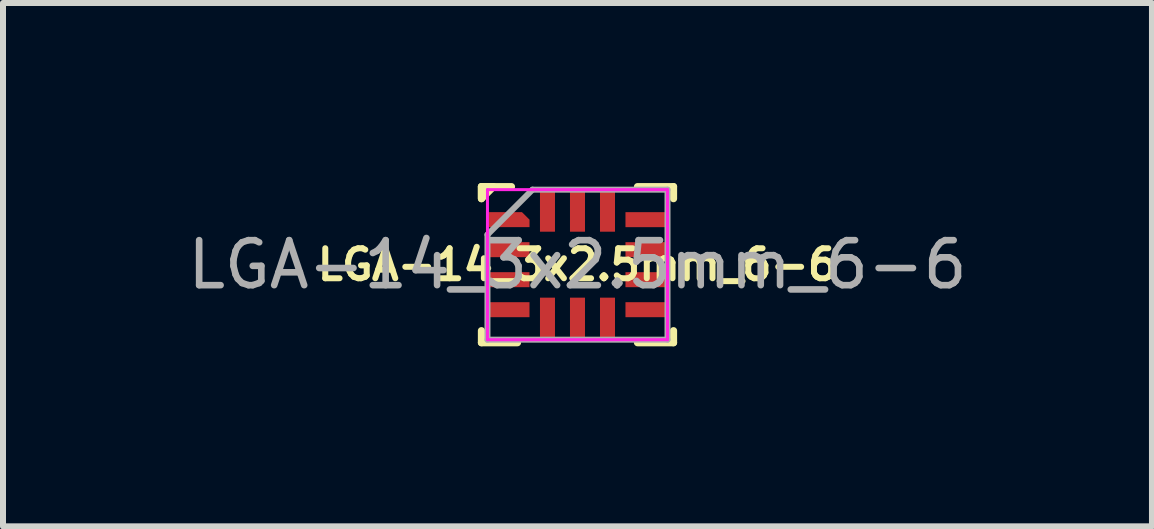
<source format=kicad_pcb>
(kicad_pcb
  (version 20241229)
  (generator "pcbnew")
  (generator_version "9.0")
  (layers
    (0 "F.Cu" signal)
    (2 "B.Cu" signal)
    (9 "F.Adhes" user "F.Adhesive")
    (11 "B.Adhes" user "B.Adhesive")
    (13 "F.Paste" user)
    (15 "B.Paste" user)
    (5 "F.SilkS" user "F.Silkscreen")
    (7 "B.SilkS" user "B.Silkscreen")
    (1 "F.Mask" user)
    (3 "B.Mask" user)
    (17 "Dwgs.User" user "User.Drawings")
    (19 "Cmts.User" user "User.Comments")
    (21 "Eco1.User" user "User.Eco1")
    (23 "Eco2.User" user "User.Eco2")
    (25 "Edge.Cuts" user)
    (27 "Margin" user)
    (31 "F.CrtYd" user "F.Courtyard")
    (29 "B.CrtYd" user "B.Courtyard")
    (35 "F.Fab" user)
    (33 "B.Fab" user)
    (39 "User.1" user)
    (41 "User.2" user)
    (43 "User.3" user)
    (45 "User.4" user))
  (footprint "LGA-14_3x2.5mm_6-6"
    (layer "F.Cu")
    (at 6.572 1.36)
    (property "Reference" "LGA-14_3x2.5mm_6-6" (at 0 0 0) (layer "F.SilkS") (effects (font (size 0.5 0.5) (thickness 0.1))))
    (attr smd)
    (fp_line (start -1.6 -1.3) (end -1.6 -1.1) (stroke (width 0.12) (type solid)) (layer "F.SilkS"))
    (fp_line (start -1.6 -1.3) (end -1.1 -1.3) (stroke (width 0.12) (type solid)) (layer "F.SilkS"))
    (fp_line (start -1.6 1.3) (end -1.6 1.1) (stroke (width 0.12) (type solid)) (layer "F.SilkS"))
    (fp_line (start -1 1.3) (end -1.6 1.3) (stroke (width 0.12) (type solid)) (layer "F.SilkS"))
    (fp_line (start 1 -1.3) (end 1.6 -1.3) (stroke (width 0.12) (type solid)) (layer "F.SilkS"))
    (fp_line (start 1 1.3) (end 1.6 1.3) (stroke (width 0.12) (type solid)) (layer "F.SilkS"))
    (fp_line (start 1.6 -1.3) (end 1.6 -1.1) (stroke (width 0.12) (type solid)) (layer "F.SilkS"))
    (fp_line (start 1.6 1.3) (end 1.6 1.1) (stroke (width 0.12) (type solid)) (layer "F.SilkS"))
    (fp_poly (pts (xy -1.6 -1.1) (xy -1.6 -1.3) (xy -1.4 -1.3)) (stroke (width 0.12) (type solid)) (fill yes) (layer "F.SilkS"))
    (fp_line (start -1.5 -1.25) (end -1.5 1.25) (stroke (width 0.05) (type solid)) (layer "F.CrtYd"))
    (fp_line (start -1.5 1.25) (end 1.5 1.25) (stroke (width 0.05) (type solid)) (layer "F.CrtYd"))
    (fp_line (start 1.5 -1.25) (end -1.5 -1.25) (stroke (width 0.05) (type solid)) (layer "F.CrtYd"))
    (fp_line (start 1.5 1.25) (end 1.5 -1.25) (stroke (width 0.05) (type solid)) (layer "F.CrtYd"))
    (fp_line (start -1.5 -0.5) (end -0.75 -1.25) (stroke (width 0.1) (type solid)) (layer "F.Fab"))
    (fp_line (start -1.5 1.25) (end -1.5 -0.5) (stroke (width 0.1) (type solid)) (layer "F.Fab"))
    (fp_line (start -0.75 -1.25) (end 1.5 -1.25) (stroke (width 0.1) (type solid)) (layer "F.Fab"))
    (fp_line (start 1.5 -1.25) (end 1.5 1.25) (stroke (width 0.1) (type solid)) (layer "F.Fab"))
    (fp_line (start 1.5 1.25) (end -1.5 1.25) (stroke (width 0.1) (type solid)) (layer "F.Fab"))
    (fp_text user "${REFERENCE}" (at 0 0 0) (layer "F.Fab") (effects (font (size 0.75 0.75) (thickness 0.11))))
    (pad "1" smd custom (at -1.137 -0.75) (size 0.25 0.25) (layers "F.Cu" "F.Mask" "F.Paste") (options (anchor circle)) (primitives (gr_poly (pts (xy -0.338 -0.125) (xy 0.212 -0.125) (xy 0.338 0) (xy 0.338 0.125) (xy -0.338 0.125)) (width 0) (fill yes))))
    (pad "2" smd rect (at -1.137 -0.25) (size 0.675 0.25) (layers "F.Cu" "F.Mask" "F.Paste"))
    (pad "3" smd rect (at -1.137 0.25) (size 0.675 0.25) (layers "F.Cu" "F.Mask" "F.Paste"))
    (pad "4" smd rect (at -1.137 0.75 90) (size 0.25 0.675) (layers "F.Cu" "F.Mask" "F.Paste"))
    (pad "5" smd rect (at -0.5 0.887 180) (size 0.25 0.675) (layers "F.Cu" "F.Mask" "F.Paste"))
    (pad "6" smd rect (at 0 0.887 90) (size 0.675 0.25) (layers "F.Cu" "F.Mask" "F.Paste"))
    (pad "7" smd rect (at 0.5 0.887 180) (size 0.25 0.675) (layers "F.Cu" "F.Mask" "F.Paste"))
    (pad "8" smd rect (at 1.137 0.75 90) (size 0.25 0.675) (layers "F.Cu" "F.Mask" "F.Paste"))
    (pad "9" smd rect (at 1.137 0.25) (size 0.675 0.25) (layers "F.Cu" "F.Mask" "F.Paste"))
    (pad "10" smd rect (at 1.137 -0.25) (size 0.675 0.25) (layers "F.Cu" "F.Mask" "F.Paste"))
    (pad "11" smd rect (at 1.137 -0.75 90) (size 0.25 0.675) (layers "F.Cu" "F.Mask" "F.Paste"))
    (pad "12" smd rect (at 0.5 -0.887 180) (size 0.25 0.675) (layers "F.Cu" "F.Mask" "F.Paste"))
    (pad "13" smd rect (at 0 -0.887 270) (size 0.675 0.25) (layers "F.Cu" "F.Mask" "F.Paste"))
    (pad "14" smd rect (at -0.5 -0.887 180) (size 0.25 0.675) (layers "F.Cu" "F.Mask" "F.Paste")))
  (gr_rect
    (start -3 -3)
    (end 16.144 5.72)
    (stroke (width 0.1) (type default))
    (fill no)
    (layer "Edge.Cuts")))
</source>
